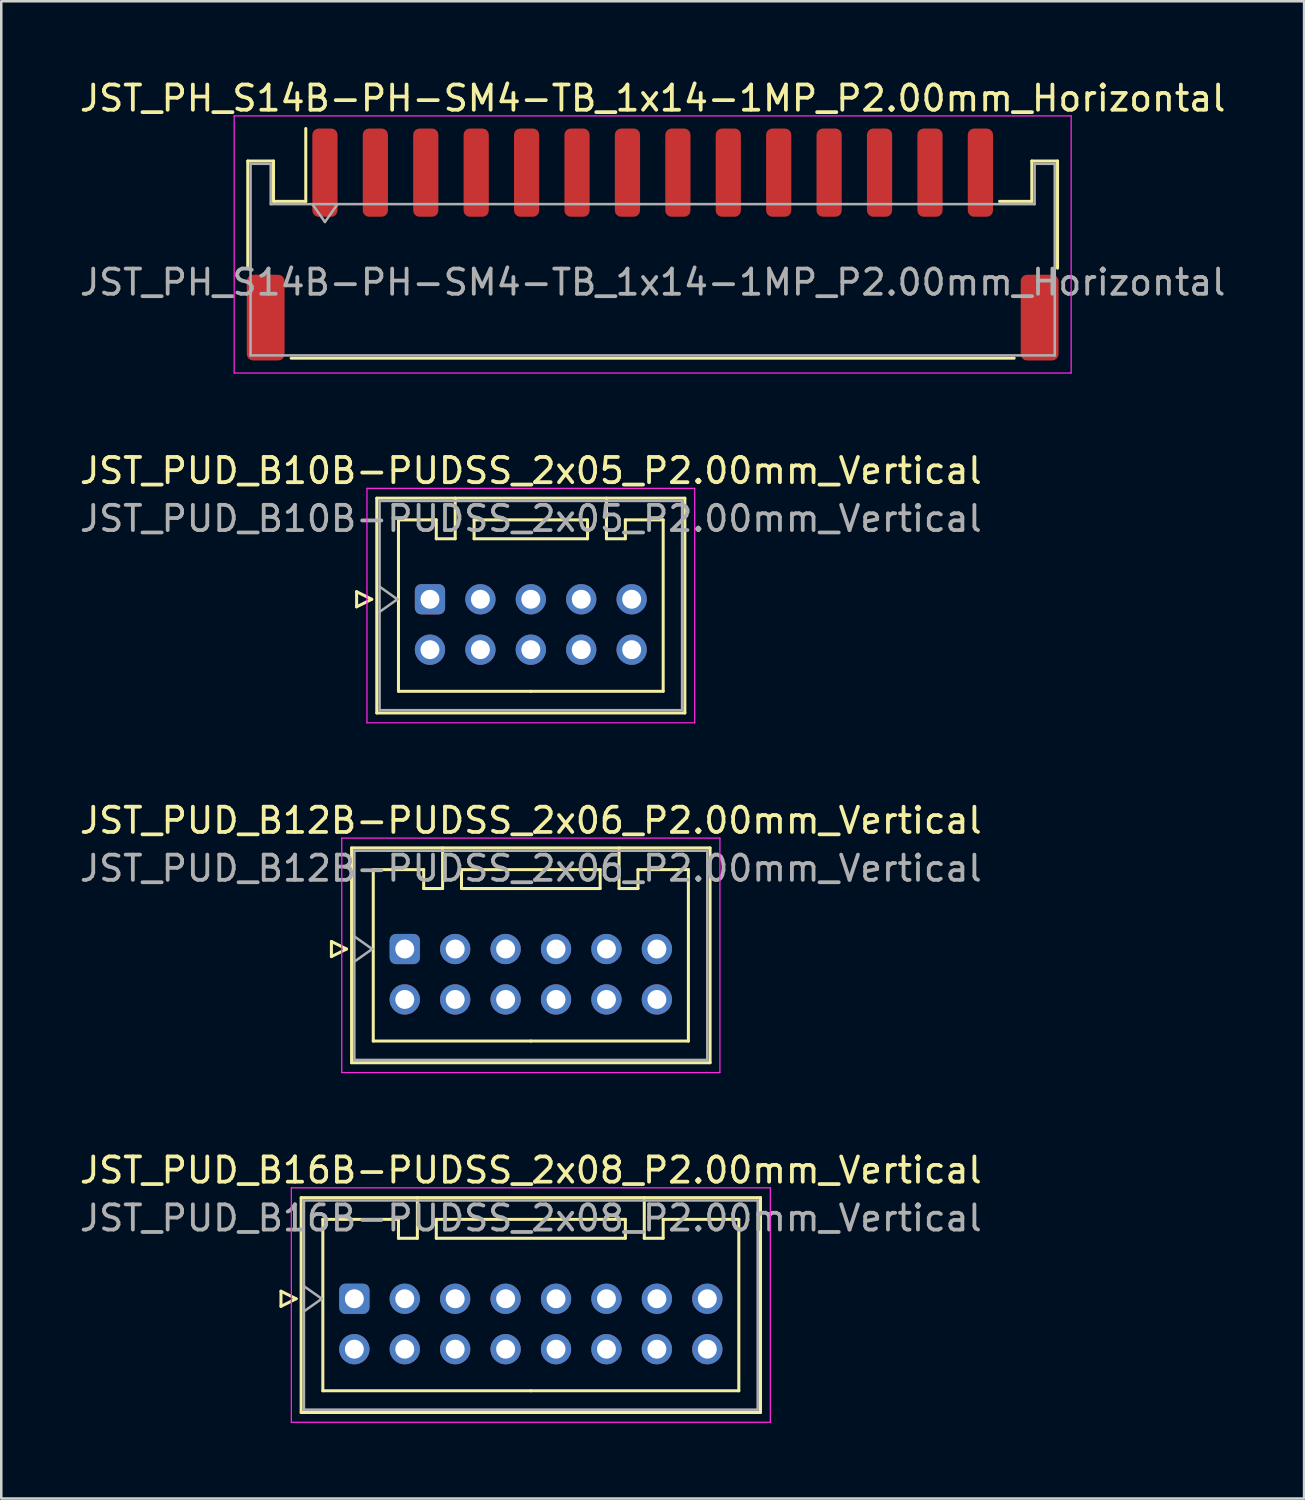
<source format=kicad_pcb>
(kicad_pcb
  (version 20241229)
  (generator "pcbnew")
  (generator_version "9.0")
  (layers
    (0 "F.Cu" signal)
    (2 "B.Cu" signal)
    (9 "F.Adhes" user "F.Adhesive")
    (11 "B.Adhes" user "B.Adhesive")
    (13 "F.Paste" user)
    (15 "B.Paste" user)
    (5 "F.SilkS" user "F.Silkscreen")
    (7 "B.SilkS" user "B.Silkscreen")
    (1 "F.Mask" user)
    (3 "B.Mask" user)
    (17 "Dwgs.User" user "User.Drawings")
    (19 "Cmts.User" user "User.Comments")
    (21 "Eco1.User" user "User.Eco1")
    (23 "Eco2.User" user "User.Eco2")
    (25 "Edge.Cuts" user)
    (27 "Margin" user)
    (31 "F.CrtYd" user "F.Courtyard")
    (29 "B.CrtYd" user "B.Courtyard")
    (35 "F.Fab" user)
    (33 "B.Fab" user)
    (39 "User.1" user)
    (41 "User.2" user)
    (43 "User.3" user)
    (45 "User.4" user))
  (footprint "JST_PUD_B16B-PUDSS_2x08_P2.00mm_Vertical"
    (layer "F.Cu")
    (at 11.006 48.468)
    (property "Reference" "JST_PUD_B16B-PUDSS_2x08_P2.00mm_Vertical" (at 7 -5.1 0) (layer "F.SilkS") (effects (font (size 1 1) (thickness 0.15))))
    (attr through_hole)
    (fp_line (start -2.91 -0.3) (end -2.31 0) (stroke (width 0.12) (type solid)) (layer "F.SilkS"))
    (fp_line (start -2.91 0.3) (end -2.91 -0.3) (stroke (width 0.12) (type solid)) (layer "F.SilkS"))
    (fp_line (start -2.31 0) (end -2.91 0.3) (stroke (width 0.12) (type solid)) (layer "F.SilkS"))
    (fp_line (start -2.11 -4.01) (end -2.11 4.51) (stroke (width 0.12) (type solid)) (layer "F.SilkS"))
    (fp_line (start -2.11 4.51) (end 16.11 4.51) (stroke (width 0.12) (type solid)) (layer "F.SilkS"))
    (fp_line (start -1.25 -3.15) (end -1.25 3.65) (stroke (width 0.12) (type solid)) (layer "F.SilkS"))
    (fp_line (start -1.25 3.65) (end 7 3.65) (stroke (width 0.12) (type solid)) (layer "F.SilkS"))
    (fp_line (start 1.75 -3.15) (end -1.25 -3.15) (stroke (width 0.12) (type solid)) (layer "F.SilkS"))
    (fp_line (start 1.75 -2.4) (end 1.75 -3.15) (stroke (width 0.12) (type solid)) (layer "F.SilkS"))
    (fp_line (start 2.5 -4.01) (end 2.5 -2.4) (stroke (width 0.12) (type solid)) (layer "F.SilkS"))
    (fp_line (start 2.5 -2.4) (end 1.75 -2.4) (stroke (width 0.12) (type solid)) (layer "F.SilkS"))
    (fp_line (start 3.25 -3.15) (end 3.25 -2.4) (stroke (width 0.12) (type solid)) (layer "F.SilkS"))
    (fp_line (start 3.25 -2.4) (end 10.75 -2.4) (stroke (width 0.12) (type solid)) (layer "F.SilkS"))
    (fp_line (start 10.75 -3.15) (end 3.25 -3.15) (stroke (width 0.12) (type solid)) (layer "F.SilkS"))
    (fp_line (start 10.75 -2.4) (end 10.75 -3.15) (stroke (width 0.12) (type solid)) (layer "F.SilkS"))
    (fp_line (start 11.5 -4.01) (end 11.5 -2.4) (stroke (width 0.12) (type solid)) (layer "F.SilkS"))
    (fp_line (start 11.5 -2.4) (end 12.25 -2.4) (stroke (width 0.12) (type solid)) (layer "F.SilkS"))
    (fp_line (start 12.25 -3.15) (end 15.25 -3.15) (stroke (width 0.12) (type solid)) (layer "F.SilkS"))
    (fp_line (start 12.25 -2.4) (end 12.25 -3.15) (stroke (width 0.12) (type solid)) (layer "F.SilkS"))
    (fp_line (start 15.25 -3.15) (end 15.25 3.65) (stroke (width 0.12) (type solid)) (layer "F.SilkS"))
    (fp_line (start 15.25 3.65) (end 7 3.65) (stroke (width 0.12) (type solid)) (layer "F.SilkS"))
    (fp_line (start 16.11 -4.01) (end -2.11 -4.01) (stroke (width 0.12) (type solid)) (layer "F.SilkS"))
    (fp_line (start 16.11 4.51) (end 16.11 -4.01) (stroke (width 0.12) (type solid)) (layer "F.SilkS"))
    (fp_line (start -2.5 -4.4) (end -2.5 4.9) (stroke (width 0.05) (type solid)) (layer "F.CrtYd"))
    (fp_line (start -2.5 4.9) (end 16.5 4.9) (stroke (width 0.05) (type solid)) (layer "F.CrtYd"))
    (fp_line (start 16.5 -4.4) (end -2.5 -4.4) (stroke (width 0.05) (type solid)) (layer "F.CrtYd"))
    (fp_line (start 16.5 4.9) (end 16.5 -4.4) (stroke (width 0.05) (type solid)) (layer "F.CrtYd"))
    (fp_line (start -2 -3.9) (end -2 4.4) (stroke (width 0.1) (type solid)) (layer "F.Fab"))
    (fp_line (start -2 0.5) (end -1.293 0) (stroke (width 0.1) (type solid)) (layer "F.Fab"))
    (fp_line (start -2 4.4) (end 16 4.4) (stroke (width 0.1) (type solid)) (layer "F.Fab"))
    (fp_line (start -1.293 0) (end -2 -0.5) (stroke (width 0.1) (type solid)) (layer "F.Fab"))
    (fp_line (start 16 -3.9) (end -2 -3.9) (stroke (width 0.1) (type solid)) (layer "F.Fab"))
    (fp_line (start 16 4.4) (end 16 -3.9) (stroke (width 0.1) (type solid)) (layer "F.Fab"))
    (fp_text user "${REFERENCE}" (at 7 -3.2 0) (layer "F.Fab") (effects (font (size 1 1) (thickness 0.15))))
    (pad "1" thru_hole roundrect (at 0 0) (size 1.2 1.2) (drill 0.75) (layers "*.Cu" "*.Mask") (roundrect_rratio 0.208))
    (pad "2" thru_hole circle (at 0 2) (size 1.2 1.2) (drill 0.75) (layers "*.Cu" "*.Mask"))
    (pad "3" thru_hole circle (at 2 0) (size 1.2 1.2) (drill 0.75) (layers "*.Cu" "*.Mask"))
    (pad "4" thru_hole circle (at 2 2) (size 1.2 1.2) (drill 0.75) (layers "*.Cu" "*.Mask"))
    (pad "5" thru_hole circle (at 4 0) (size 1.2 1.2) (drill 0.75) (layers "*.Cu" "*.Mask"))
    (pad "6" thru_hole circle (at 4 2) (size 1.2 1.2) (drill 0.75) (layers "*.Cu" "*.Mask"))
    (pad "7" thru_hole circle (at 6 0) (size 1.2 1.2) (drill 0.75) (layers "*.Cu" "*.Mask"))
    (pad "8" thru_hole circle (at 6 2) (size 1.2 1.2) (drill 0.75) (layers "*.Cu" "*.Mask"))
    (pad "9" thru_hole circle (at 8 0) (size 1.2 1.2) (drill 0.75) (layers "*.Cu" "*.Mask"))
    (pad "10" thru_hole circle (at 8 2) (size 1.2 1.2) (drill 0.75) (layers "*.Cu" "*.Mask"))
    (pad "11" thru_hole circle (at 10 0) (size 1.2 1.2) (drill 0.75) (layers "*.Cu" "*.Mask"))
    (pad "12" thru_hole circle (at 10 2) (size 1.2 1.2) (drill 0.75) (layers "*.Cu" "*.Mask"))
    (pad "13" thru_hole circle (at 12 0) (size 1.2 1.2) (drill 0.75) (layers "*.Cu" "*.Mask"))
    (pad "14" thru_hole circle (at 12 2) (size 1.2 1.2) (drill 0.75) (layers "*.Cu" "*.Mask"))
    (pad "15" thru_hole circle (at 14 0) (size 1.2 1.2) (drill 0.75) (layers "*.Cu" "*.Mask"))
    (pad "16" thru_hole circle (at 14 2) (size 1.2 1.2) (drill 0.75) (layers "*.Cu" "*.Mask")))
  (footprint "JST_PUD_B12B-PUDSS_2x06_P2.00mm_Vertical"
    (layer "F.Cu")
    (at 13.006 34.595)
    (property "Reference" "JST_PUD_B12B-PUDSS_2x06_P2.00mm_Vertical" (at 5 -5.1 0) (layer "F.SilkS") (effects (font (size 1 1) (thickness 0.15))))
    (attr through_hole)
    (fp_line (start -2.91 -0.3) (end -2.31 0) (stroke (width 0.12) (type solid)) (layer "F.SilkS"))
    (fp_line (start -2.91 0.3) (end -2.91 -0.3) (stroke (width 0.12) (type solid)) (layer "F.SilkS"))
    (fp_line (start -2.31 0) (end -2.91 0.3) (stroke (width 0.12) (type solid)) (layer "F.SilkS"))
    (fp_line (start -2.11 -4.01) (end -2.11 4.51) (stroke (width 0.12) (type solid)) (layer "F.SilkS"))
    (fp_line (start -2.11 4.51) (end 12.11 4.51) (stroke (width 0.12) (type solid)) (layer "F.SilkS"))
    (fp_line (start -1.25 -3.15) (end -1.25 3.65) (stroke (width 0.12) (type solid)) (layer "F.SilkS"))
    (fp_line (start -1.25 3.65) (end 5 3.65) (stroke (width 0.12) (type solid)) (layer "F.SilkS"))
    (fp_line (start 0.75 -3.15) (end -1.25 -3.15) (stroke (width 0.12) (type solid)) (layer "F.SilkS"))
    (fp_line (start 0.75 -2.4) (end 0.75 -3.15) (stroke (width 0.12) (type solid)) (layer "F.SilkS"))
    (fp_line (start 1.5 -4.01) (end 1.5 -2.4) (stroke (width 0.12) (type solid)) (layer "F.SilkS"))
    (fp_line (start 1.5 -2.4) (end 0.75 -2.4) (stroke (width 0.12) (type solid)) (layer "F.SilkS"))
    (fp_line (start 2.25 -3.15) (end 2.25 -2.4) (stroke (width 0.12) (type solid)) (layer "F.SilkS"))
    (fp_line (start 2.25 -2.4) (end 7.75 -2.4) (stroke (width 0.12) (type solid)) (layer "F.SilkS"))
    (fp_line (start 7.75 -3.15) (end 2.25 -3.15) (stroke (width 0.12) (type solid)) (layer "F.SilkS"))
    (fp_line (start 7.75 -2.4) (end 7.75 -3.15) (stroke (width 0.12) (type solid)) (layer "F.SilkS"))
    (fp_line (start 8.5 -4.01) (end 8.5 -2.4) (stroke (width 0.12) (type solid)) (layer "F.SilkS"))
    (fp_line (start 8.5 -2.4) (end 9.25 -2.4) (stroke (width 0.12) (type solid)) (layer "F.SilkS"))
    (fp_line (start 9.25 -3.15) (end 11.25 -3.15) (stroke (width 0.12) (type solid)) (layer "F.SilkS"))
    (fp_line (start 9.25 -2.4) (end 9.25 -3.15) (stroke (width 0.12) (type solid)) (layer "F.SilkS"))
    (fp_line (start 11.25 -3.15) (end 11.25 3.65) (stroke (width 0.12) (type solid)) (layer "F.SilkS"))
    (fp_line (start 11.25 3.65) (end 5 3.65) (stroke (width 0.12) (type solid)) (layer "F.SilkS"))
    (fp_line (start 12.11 -4.01) (end -2.11 -4.01) (stroke (width 0.12) (type solid)) (layer "F.SilkS"))
    (fp_line (start 12.11 4.51) (end 12.11 -4.01) (stroke (width 0.12) (type solid)) (layer "F.SilkS"))
    (fp_line (start -2.5 -4.4) (end -2.5 4.9) (stroke (width 0.05) (type solid)) (layer "F.CrtYd"))
    (fp_line (start -2.5 4.9) (end 12.5 4.9) (stroke (width 0.05) (type solid)) (layer "F.CrtYd"))
    (fp_line (start 12.5 -4.4) (end -2.5 -4.4) (stroke (width 0.05) (type solid)) (layer "F.CrtYd"))
    (fp_line (start 12.5 4.9) (end 12.5 -4.4) (stroke (width 0.05) (type solid)) (layer "F.CrtYd"))
    (fp_line (start -2 -3.9) (end -2 4.4) (stroke (width 0.1) (type solid)) (layer "F.Fab"))
    (fp_line (start -2 0.5) (end -1.293 0) (stroke (width 0.1) (type solid)) (layer "F.Fab"))
    (fp_line (start -2 4.4) (end 12 4.4) (stroke (width 0.1) (type solid)) (layer "F.Fab"))
    (fp_line (start -1.293 0) (end -2 -0.5) (stroke (width 0.1) (type solid)) (layer "F.Fab"))
    (fp_line (start 12 -3.9) (end -2 -3.9) (stroke (width 0.1) (type solid)) (layer "F.Fab"))
    (fp_line (start 12 4.4) (end 12 -3.9) (stroke (width 0.1) (type solid)) (layer "F.Fab"))
    (fp_text user "${REFERENCE}" (at 5 -3.2 0) (layer "F.Fab") (effects (font (size 1 1) (thickness 0.15))))
    (pad "1" thru_hole roundrect (at 0 0) (size 1.2 1.2) (drill 0.75) (layers "*.Cu" "*.Mask") (roundrect_rratio 0.208))
    (pad "2" thru_hole circle (at 0 2) (size 1.2 1.2) (drill 0.75) (layers "*.Cu" "*.Mask"))
    (pad "3" thru_hole circle (at 2 0) (size 1.2 1.2) (drill 0.75) (layers "*.Cu" "*.Mask"))
    (pad "4" thru_hole circle (at 2 2) (size 1.2 1.2) (drill 0.75) (layers "*.Cu" "*.Mask"))
    (pad "5" thru_hole circle (at 4 0) (size 1.2 1.2) (drill 0.75) (layers "*.Cu" "*.Mask"))
    (pad "6" thru_hole circle (at 4 2) (size 1.2 1.2) (drill 0.75) (layers "*.Cu" "*.Mask"))
    (pad "7" thru_hole circle (at 6 0) (size 1.2 1.2) (drill 0.75) (layers "*.Cu" "*.Mask"))
    (pad "8" thru_hole circle (at 6 2) (size 1.2 1.2) (drill 0.75) (layers "*.Cu" "*.Mask"))
    (pad "9" thru_hole circle (at 8 0) (size 1.2 1.2) (drill 0.75) (layers "*.Cu" "*.Mask"))
    (pad "10" thru_hole circle (at 8 2) (size 1.2 1.2) (drill 0.75) (layers "*.Cu" "*.Mask"))
    (pad "11" thru_hole circle (at 10 0) (size 1.2 1.2) (drill 0.75) (layers "*.Cu" "*.Mask"))
    (pad "12" thru_hole circle (at 10 2) (size 1.2 1.2) (drill 0.75) (layers "*.Cu" "*.Mask")))
  (footprint "JST_PH_S14B-PH-SM4-TB_1x14-1MP_P2.00mm_Horizontal"
    (layer "F.Cu")
    (at 22.839 6.648)
    (property "Reference" "JST_PH_S14B-PH-SM4-TB_1x14-1MP_P2.00mm_Horizontal" (at 0 -5.8 0) (layer "F.SilkS") (effects (font (size 1 1) (thickness 0.15))))
    (attr smd)
    (fp_line (start -16.06 -3.31) (end -15.04 -3.31) (stroke (width 0.12) (type solid)) (layer "F.SilkS"))
    (fp_line (start -16.06 0.94) (end -16.06 -3.31) (stroke (width 0.12) (type solid)) (layer "F.SilkS"))
    (fp_line (start -15.04 -3.31) (end -15.04 -1.71) (stroke (width 0.12) (type solid)) (layer "F.SilkS"))
    (fp_line (start -15.04 -1.71) (end -13.76 -1.71) (stroke (width 0.12) (type solid)) (layer "F.SilkS"))
    (fp_line (start -14.34 4.51) (end 14.34 4.51) (stroke (width 0.12) (type solid)) (layer "F.SilkS"))
    (fp_line (start -13.76 -1.71) (end -13.76 -4.6) (stroke (width 0.12) (type solid)) (layer "F.SilkS"))
    (fp_line (start 15.04 -3.31) (end 15.04 -1.71) (stroke (width 0.12) (type solid)) (layer "F.SilkS"))
    (fp_line (start 15.04 -1.71) (end 13.76 -1.71) (stroke (width 0.12) (type solid)) (layer "F.SilkS"))
    (fp_line (start 16.06 -3.31) (end 15.04 -3.31) (stroke (width 0.12) (type solid)) (layer "F.SilkS"))
    (fp_line (start 16.06 0.94) (end 16.06 -3.31) (stroke (width 0.12) (type solid)) (layer "F.SilkS"))
    (fp_line (start -16.6 -5.1) (end -16.6 5.1) (stroke (width 0.05) (type solid)) (layer "F.CrtYd"))
    (fp_line (start -16.6 5.1) (end 16.6 5.1) (stroke (width 0.05) (type solid)) (layer "F.CrtYd"))
    (fp_line (start 16.6 -5.1) (end -16.6 -5.1) (stroke (width 0.05) (type solid)) (layer "F.CrtYd"))
    (fp_line (start 16.6 5.1) (end 16.6 -5.1) (stroke (width 0.05) (type solid)) (layer "F.CrtYd"))
    (fp_line (start -15.95 -3.2) (end -15.95 4.4) (stroke (width 0.1) (type solid)) (layer "F.Fab"))
    (fp_line (start -15.95 -3.2) (end -15.15 -3.2) (stroke (width 0.1) (type solid)) (layer "F.Fab"))
    (fp_line (start -15.95 4.4) (end 15.95 4.4) (stroke (width 0.1) (type solid)) (layer "F.Fab"))
    (fp_line (start -15.15 -3.2) (end -15.15 -1.6) (stroke (width 0.1) (type solid)) (layer "F.Fab"))
    (fp_line (start -15.15 -1.6) (end 15.15 -1.6) (stroke (width 0.1) (type solid)) (layer "F.Fab"))
    (fp_line (start -13.5 -1.6) (end -13 -0.893) (stroke (width 0.1) (type solid)) (layer "F.Fab"))
    (fp_line (start -13 -0.893) (end -12.5 -1.6) (stroke (width 0.1) (type solid)) (layer "F.Fab"))
    (fp_line (start 15.15 -3.2) (end 15.95 -3.2) (stroke (width 0.1) (type solid)) (layer "F.Fab"))
    (fp_line (start 15.15 -1.6) (end 15.15 -3.2) (stroke (width 0.1) (type solid)) (layer "F.Fab"))
    (fp_line (start 15.95 -3.2) (end 15.95 4.4) (stroke (width 0.1) (type solid)) (layer "F.Fab"))
    (fp_text user "${REFERENCE}" (at 0 1.5 0) (layer "F.Fab") (effects (font (size 1 1) (thickness 0.15))))
    (pad "1" smd roundrect (at -13 -2.85) (size 1 3.5) (layers "F.Cu" "F.Mask" "F.Paste") (roundrect_rratio 0.25))
    (pad "2" smd roundrect (at -11 -2.85) (size 1 3.5) (layers "F.Cu" "F.Mask" "F.Paste") (roundrect_rratio 0.25))
    (pad "3" smd roundrect (at -9 -2.85) (size 1 3.5) (layers "F.Cu" "F.Mask" "F.Paste") (roundrect_rratio 0.25))
    (pad "4" smd roundrect (at -7 -2.85) (size 1 3.5) (layers "F.Cu" "F.Mask" "F.Paste") (roundrect_rratio 0.25))
    (pad "5" smd roundrect (at -5 -2.85) (size 1 3.5) (layers "F.Cu" "F.Mask" "F.Paste") (roundrect_rratio 0.25))
    (pad "6" smd roundrect (at -3 -2.85) (size 1 3.5) (layers "F.Cu" "F.Mask" "F.Paste") (roundrect_rratio 0.25))
    (pad "7" smd roundrect (at -1 -2.85) (size 1 3.5) (layers "F.Cu" "F.Mask" "F.Paste") (roundrect_rratio 0.25))
    (pad "8" smd roundrect (at 1 -2.85) (size 1 3.5) (layers "F.Cu" "F.Mask" "F.Paste") (roundrect_rratio 0.25))
    (pad "9" smd roundrect (at 3 -2.85) (size 1 3.5) (layers "F.Cu" "F.Mask" "F.Paste") (roundrect_rratio 0.25))
    (pad "10" smd roundrect (at 5 -2.85) (size 1 3.5) (layers "F.Cu" "F.Mask" "F.Paste") (roundrect_rratio 0.25))
    (pad "11" smd roundrect (at 7 -2.85) (size 1 3.5) (layers "F.Cu" "F.Mask" "F.Paste") (roundrect_rratio 0.25))
    (pad "12" smd roundrect (at 9 -2.85) (size 1 3.5) (layers "F.Cu" "F.Mask" "F.Paste") (roundrect_rratio 0.25))
    (pad "13" smd roundrect (at 11 -2.85) (size 1 3.5) (layers "F.Cu" "F.Mask" "F.Paste") (roundrect_rratio 0.25))
    (pad "14" smd roundrect (at 13 -2.85) (size 1 3.5) (layers "F.Cu" "F.Mask" "F.Paste") (roundrect_rratio 0.25))
    (pad "MP" smd roundrect (at -15.35 2.9) (size 1.5 3.4) (layers "F.Cu" "F.Mask" "F.Paste") (roundrect_rratio 0.167))
    (pad "MP" smd roundrect (at 15.35 2.9) (size 1.5 3.4) (layers "F.Cu" "F.Mask" "F.Paste") (roundrect_rratio 0.167)))
  (footprint "JST_PUD_B10B-PUDSS_2x05_P2.00mm_Vertical"
    (layer "F.Cu")
    (at 14.006 20.721)
    (property "Reference" "JST_PUD_B10B-PUDSS_2x05_P2.00mm_Vertical" (at 4 -5.1 0) (layer "F.SilkS") (effects (font (size 1 1) (thickness 0.15))))
    (attr through_hole)
    (fp_line (start -2.91 -0.3) (end -2.31 0) (stroke (width 0.12) (type solid)) (layer "F.SilkS"))
    (fp_line (start -2.91 0.3) (end -2.91 -0.3) (stroke (width 0.12) (type solid)) (layer "F.SilkS"))
    (fp_line (start -2.31 0) (end -2.91 0.3) (stroke (width 0.12) (type solid)) (layer "F.SilkS"))
    (fp_line (start -2.11 -4.01) (end -2.11 4.51) (stroke (width 0.12) (type solid)) (layer "F.SilkS"))
    (fp_line (start -2.11 4.51) (end 10.11 4.51) (stroke (width 0.12) (type solid)) (layer "F.SilkS"))
    (fp_line (start -1.25 -3.15) (end -1.25 3.65) (stroke (width 0.12) (type solid)) (layer "F.SilkS"))
    (fp_line (start -1.25 3.65) (end 4 3.65) (stroke (width 0.12) (type solid)) (layer "F.SilkS"))
    (fp_line (start 0.25 -3.15) (end -1.25 -3.15) (stroke (width 0.12) (type solid)) (layer "F.SilkS"))
    (fp_line (start 0.25 -2.4) (end 0.25 -3.15) (stroke (width 0.12) (type solid)) (layer "F.SilkS"))
    (fp_line (start 1 -4.01) (end 1 -2.4) (stroke (width 0.12) (type solid)) (layer "F.SilkS"))
    (fp_line (start 1 -2.4) (end 0.25 -2.4) (stroke (width 0.12) (type solid)) (layer "F.SilkS"))
    (fp_line (start 1.75 -3.15) (end 1.75 -2.4) (stroke (width 0.12) (type solid)) (layer "F.SilkS"))
    (fp_line (start 1.75 -2.4) (end 6.25 -2.4) (stroke (width 0.12) (type solid)) (layer "F.SilkS"))
    (fp_line (start 6.25 -3.15) (end 1.75 -3.15) (stroke (width 0.12) (type solid)) (layer "F.SilkS"))
    (fp_line (start 6.25 -2.4) (end 6.25 -3.15) (stroke (width 0.12) (type solid)) (layer "F.SilkS"))
    (fp_line (start 7 -4.01) (end 7 -2.4) (stroke (width 0.12) (type solid)) (layer "F.SilkS"))
    (fp_line (start 7 -2.4) (end 7.75 -2.4) (stroke (width 0.12) (type solid)) (layer "F.SilkS"))
    (fp_line (start 7.75 -3.15) (end 9.25 -3.15) (stroke (width 0.12) (type solid)) (layer "F.SilkS"))
    (fp_line (start 7.75 -2.4) (end 7.75 -3.15) (stroke (width 0.12) (type solid)) (layer "F.SilkS"))
    (fp_line (start 9.25 -3.15) (end 9.25 3.65) (stroke (width 0.12) (type solid)) (layer "F.SilkS"))
    (fp_line (start 9.25 3.65) (end 4 3.65) (stroke (width 0.12) (type solid)) (layer "F.SilkS"))
    (fp_line (start 10.11 -4.01) (end -2.11 -4.01) (stroke (width 0.12) (type solid)) (layer "F.SilkS"))
    (fp_line (start 10.11 4.51) (end 10.11 -4.01) (stroke (width 0.12) (type solid)) (layer "F.SilkS"))
    (fp_line (start -2.5 -4.4) (end -2.5 4.9) (stroke (width 0.05) (type solid)) (layer "F.CrtYd"))
    (fp_line (start -2.5 4.9) (end 10.5 4.9) (stroke (width 0.05) (type solid)) (layer "F.CrtYd"))
    (fp_line (start 10.5 -4.4) (end -2.5 -4.4) (stroke (width 0.05) (type solid)) (layer "F.CrtYd"))
    (fp_line (start 10.5 4.9) (end 10.5 -4.4) (stroke (width 0.05) (type solid)) (layer "F.CrtYd"))
    (fp_line (start -2 -3.9) (end -2 4.4) (stroke (width 0.1) (type solid)) (layer "F.Fab"))
    (fp_line (start -2 0.5) (end -1.293 0) (stroke (width 0.1) (type solid)) (layer "F.Fab"))
    (fp_line (start -2 4.4) (end 10 4.4) (stroke (width 0.1) (type solid)) (layer "F.Fab"))
    (fp_line (start -1.293 0) (end -2 -0.5) (stroke (width 0.1) (type solid)) (layer "F.Fab"))
    (fp_line (start 10 -3.9) (end -2 -3.9) (stroke (width 0.1) (type solid)) (layer "F.Fab"))
    (fp_line (start 10 4.4) (end 10 -3.9) (stroke (width 0.1) (type solid)) (layer "F.Fab"))
    (fp_text user "${REFERENCE}" (at 4 -3.2 0) (layer "F.Fab") (effects (font (size 1 1) (thickness 0.15))))
    (pad "1" thru_hole roundrect (at 0 0) (size 1.2 1.2) (drill 0.75) (layers "*.Cu" "*.Mask") (roundrect_rratio 0.208))
    (pad "2" thru_hole circle (at 0 2) (size 1.2 1.2) (drill 0.75) (layers "*.Cu" "*.Mask"))
    (pad "3" thru_hole circle (at 2 0) (size 1.2 1.2) (drill 0.75) (layers "*.Cu" "*.Mask"))
    (pad "4" thru_hole circle (at 2 2) (size 1.2 1.2) (drill 0.75) (layers "*.Cu" "*.Mask"))
    (pad "5" thru_hole circle (at 4 0) (size 1.2 1.2) (drill 0.75) (layers "*.Cu" "*.Mask"))
    (pad "6" thru_hole circle (at 4 2) (size 1.2 1.2) (drill 0.75) (layers "*.Cu" "*.Mask"))
    (pad "7" thru_hole circle (at 6 0) (size 1.2 1.2) (drill 0.75) (layers "*.Cu" "*.Mask"))
    (pad "8" thru_hole circle (at 6 2) (size 1.2 1.2) (drill 0.75) (layers "*.Cu" "*.Mask"))
    (pad "9" thru_hole circle (at 8 0) (size 1.2 1.2) (drill 0.75) (layers "*.Cu" "*.Mask"))
    (pad "10" thru_hole circle (at 8 2) (size 1.2 1.2) (drill 0.75) (layers "*.Cu" "*.Mask")))
  (gr_rect
    (start -3 -3)
    (end 48.679 56.393)
    (stroke (width 0.1) (type default))
    (fill no)
    (layer "Edge.Cuts")))
</source>
